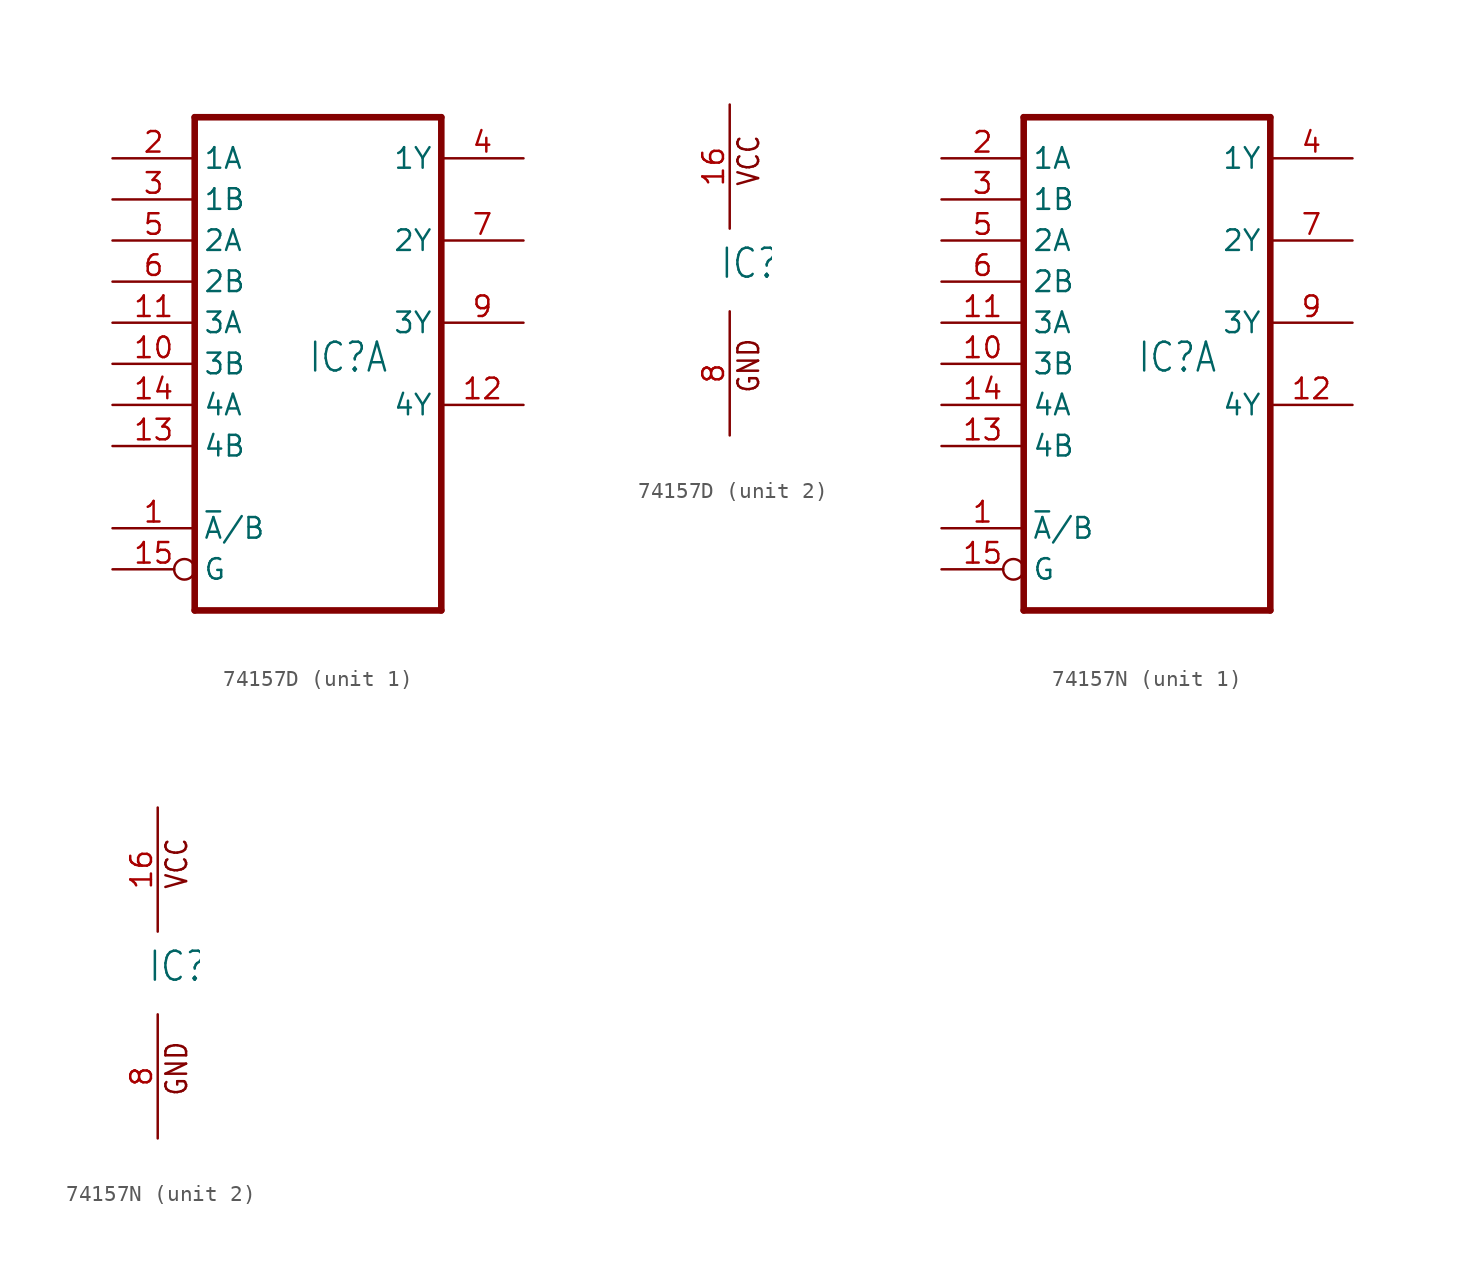
<source format=kicad_sym>
(kicad_symbol_lib
  (version 20220914)
  (generator kicad_symbol_editor)
  (symbol "74157D"
    (property "Reference" "IC"
      (at -0.635 -0.635 0)
      (effects (font (size 1.778 1.511)) (justify left bottom)))
    (property "ki_locked" ""
      (at 0 0 0)
      (effects (font (size 1.27 1.27))))
    (symbol "74157D_1_0"
      (polyline (pts (xy -7.62 -15.24) (xy 7.62 -15.24)) (stroke (width 0.406) (type solid)) (fill (type none)))
      (polyline (pts (xy -7.62 15.24) (xy -7.62 -15.24)) (stroke (width 0.406) (type solid)) (fill (type none)))
      (polyline (pts (xy 7.62 -15.24) (xy 7.62 15.24)) (stroke (width 0.406) (type solid)) (fill (type none)))
      (polyline (pts (xy 7.62 15.24) (xy -7.62 15.24)) (stroke (width 0.406) (type solid)) (fill (type none)))
      (pin input line (at -12.7 -10.16 0) (length 5.08) (name "~{A}/B" (effects (font (size 1.27 1.27)))) (number "1" (effects (font (size 1.27 1.27)))))
      (pin input line (at -12.7 0 0) (length 5.08) (name "3B" (effects (font (size 1.27 1.27)))) (number "10" (effects (font (size 1.27 1.27)))))
      (pin input line (at -12.7 2.54 0) (length 5.08) (name "3A" (effects (font (size 1.27 1.27)))) (number "11" (effects (font (size 1.27 1.27)))))
      (pin output line (at 12.7 -2.54 180) (length 5.08) (name "4Y" (effects (font (size 1.27 1.27)))) (number "12" (effects (font (size 1.27 1.27)))))
      (pin input line (at -12.7 -5.08 0) (length 5.08) (name "4B" (effects (font (size 1.27 1.27)))) (number "13" (effects (font (size 1.27 1.27)))))
      (pin input line (at -12.7 -2.54 0) (length 5.08) (name "4A" (effects (font (size 1.27 1.27)))) (number "14" (effects (font (size 1.27 1.27)))))
      (pin input inverted (at -12.7 -12.7 0) (length 5.08) (name "G" (effects (font (size 1.27 1.27)))) (number "15" (effects (font (size 1.27 1.27)))))
      (pin input line (at -12.7 12.7 0) (length 5.08) (name "1A" (effects (font (size 1.27 1.27)))) (number "2" (effects (font (size 1.27 1.27)))))
      (pin input line (at -12.7 10.16 0) (length 5.08) (name "1B" (effects (font (size 1.27 1.27)))) (number "3" (effects (font (size 1.27 1.27)))))
      (pin output line (at 12.7 12.7 180) (length 5.08) (name "1Y" (effects (font (size 1.27 1.27)))) (number "4" (effects (font (size 1.27 1.27)))))
      (pin input line (at -12.7 7.62 0) (length 5.08) (name "2A" (effects (font (size 1.27 1.27)))) (number "5" (effects (font (size 1.27 1.27)))))
      (pin input line (at -12.7 5.08 0) (length 5.08) (name "2B" (effects (font (size 1.27 1.27)))) (number "6" (effects (font (size 1.27 1.27)))))
      (pin output line (at 12.7 7.62 180) (length 5.08) (name "2Y" (effects (font (size 1.27 1.27)))) (number "7" (effects (font (size 1.27 1.27)))))
      (pin output line (at 12.7 2.54 180) (length 5.08) (name "3Y" (effects (font (size 1.27 1.27)))) (number "9" (effects (font (size 1.27 1.27))))))
    (symbol "74157D_2_0"
      (text "GND" (at 1.905 -7.62 900) (effects (font (size 1.27 1.079)) (justify left bottom)))
      (text "VCC" (at 1.905 5.08 900) (effects (font (size 1.27 1.079)) (justify left bottom)))
      (pin power_in line (at 0 10.16 270) (length 7.62) (name "VCC" (effects (font (size 0 0)))) (number "16" (effects (font (size 1.27 1.27)))))
      (pin power_in line (at 0 -10.16 90) (length 7.62) (name "GND" (effects (font (size 0 0)))) (number "8" (effects (font (size 1.27 1.27)))))))
  (symbol "74157N"
    (property "Reference" "IC"
      (at -0.635 -0.635 0)
      (effects (font (size 1.778 1.511)) (justify left bottom)))
    (property "ki_locked" ""
      (at 0 0 0)
      (effects (font (size 1.27 1.27))))
    (symbol "74157N_1_0"
      (polyline (pts (xy -7.62 -15.24) (xy 7.62 -15.24)) (stroke (width 0.406) (type solid)) (fill (type none)))
      (polyline (pts (xy -7.62 15.24) (xy -7.62 -15.24)) (stroke (width 0.406) (type solid)) (fill (type none)))
      (polyline (pts (xy 7.62 -15.24) (xy 7.62 15.24)) (stroke (width 0.406) (type solid)) (fill (type none)))
      (polyline (pts (xy 7.62 15.24) (xy -7.62 15.24)) (stroke (width 0.406) (type solid)) (fill (type none)))
      (pin input line (at -12.7 -10.16 0) (length 5.08) (name "~{A}/B" (effects (font (size 1.27 1.27)))) (number "1" (effects (font (size 1.27 1.27)))))
      (pin input line (at -12.7 0 0) (length 5.08) (name "3B" (effects (font (size 1.27 1.27)))) (number "10" (effects (font (size 1.27 1.27)))))
      (pin input line (at -12.7 2.54 0) (length 5.08) (name "3A" (effects (font (size 1.27 1.27)))) (number "11" (effects (font (size 1.27 1.27)))))
      (pin output line (at 12.7 -2.54 180) (length 5.08) (name "4Y" (effects (font (size 1.27 1.27)))) (number "12" (effects (font (size 1.27 1.27)))))
      (pin input line (at -12.7 -5.08 0) (length 5.08) (name "4B" (effects (font (size 1.27 1.27)))) (number "13" (effects (font (size 1.27 1.27)))))
      (pin input line (at -12.7 -2.54 0) (length 5.08) (name "4A" (effects (font (size 1.27 1.27)))) (number "14" (effects (font (size 1.27 1.27)))))
      (pin input inverted (at -12.7 -12.7 0) (length 5.08) (name "G" (effects (font (size 1.27 1.27)))) (number "15" (effects (font (size 1.27 1.27)))))
      (pin input line (at -12.7 12.7 0) (length 5.08) (name "1A" (effects (font (size 1.27 1.27)))) (number "2" (effects (font (size 1.27 1.27)))))
      (pin input line (at -12.7 10.16 0) (length 5.08) (name "1B" (effects (font (size 1.27 1.27)))) (number "3" (effects (font (size 1.27 1.27)))))
      (pin output line (at 12.7 12.7 180) (length 5.08) (name "1Y" (effects (font (size 1.27 1.27)))) (number "4" (effects (font (size 1.27 1.27)))))
      (pin input line (at -12.7 7.62 0) (length 5.08) (name "2A" (effects (font (size 1.27 1.27)))) (number "5" (effects (font (size 1.27 1.27)))))
      (pin input line (at -12.7 5.08 0) (length 5.08) (name "2B" (effects (font (size 1.27 1.27)))) (number "6" (effects (font (size 1.27 1.27)))))
      (pin output line (at 12.7 7.62 180) (length 5.08) (name "2Y" (effects (font (size 1.27 1.27)))) (number "7" (effects (font (size 1.27 1.27)))))
      (pin output line (at 12.7 2.54 180) (length 5.08) (name "3Y" (effects (font (size 1.27 1.27)))) (number "9" (effects (font (size 1.27 1.27))))))
    (symbol "74157N_2_0"
      (text "GND" (at 1.905 -7.62 900) (effects (font (size 1.27 1.079)) (justify left bottom)))
      (text "VCC" (at 1.905 5.08 900) (effects (font (size 1.27 1.079)) (justify left bottom)))
      (pin power_in line (at 0 10.16 270) (length 7.62) (name "VCC" (effects (font (size 0 0)))) (number "16" (effects (font (size 1.27 1.27)))))
      (pin power_in line (at 0 -10.16 90) (length 7.62) (name "GND" (effects (font (size 0 0)))) (number "8" (effects (font (size 1.27 1.27))))))))
</source>
